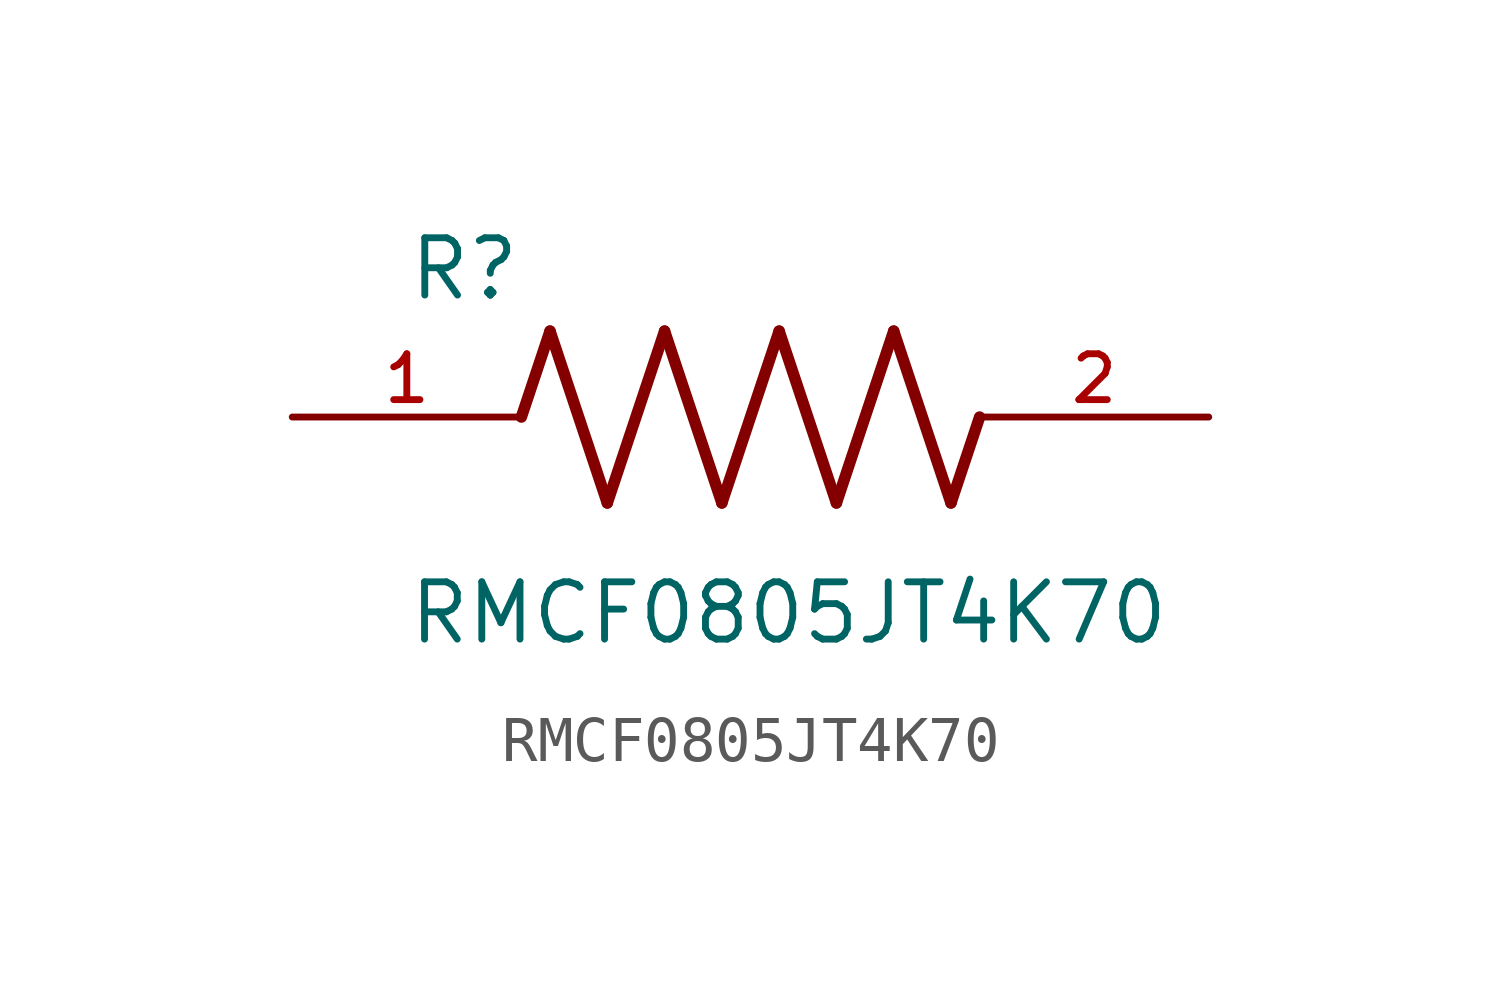
<source format=kicad_sym>
(kicad_symbol_lib
  (version 20211014)
  (generator kicad_symbol_editor)
  (symbol "RMCF0805JT4K70"
    (pin_names
      (offset 1.016))
    (property "Reference" "R"
      (at -7.624 2.541 0)
      (effects (font (size 1.27 1.27)) (justify bottom left)))
    (property "Value" "RMCF0805JT4K70"
      (at -7.63 -5.087 0)
      (effects (font (size 1.27 1.27)) (justify bottom left)))
    (symbol "RMCF0805JT4K70_0_0"
      (polyline (pts (xy -5.08 0.0) (xy -4.445 1.905)) (stroke (width 0.254)))
      (polyline (pts (xy -4.445 1.905) (xy -3.175 -1.905)) (stroke (width 0.254)))
      (polyline (pts (xy -3.175 -1.905) (xy -1.905 1.905)) (stroke (width 0.254)))
      (polyline (pts (xy -1.905 1.905) (xy -0.635 -1.905)) (stroke (width 0.254)))
      (polyline (pts (xy -0.635 -1.905) (xy 0.635 1.905)) (stroke (width 0.254)))
      (polyline (pts (xy 0.635 1.905) (xy 1.905 -1.905)) (stroke (width 0.254)))
      (polyline (pts (xy 1.905 -1.905) (xy 3.175 1.905)) (stroke (width 0.254)))
      (polyline (pts (xy 3.175 1.905) (xy 4.445 -1.905)) (stroke (width 0.254)))
      (polyline (pts (xy 4.445 -1.905) (xy 5.08 0.0)) (stroke (width 0.254)))
      (pin passive line (at -10.16 0.0 0) (length 5.08) (name "~" (effects (font (size 1.016 1.016)))) (number "1" (effects (font (size 1.016 1.016)))))
      (pin passive line (at 10.16 0.0 180.0) (length 5.08) (name "~" (effects (font (size 1.016 1.016)))) (number "2" (effects (font (size 1.016 1.016))))))))
</source>
